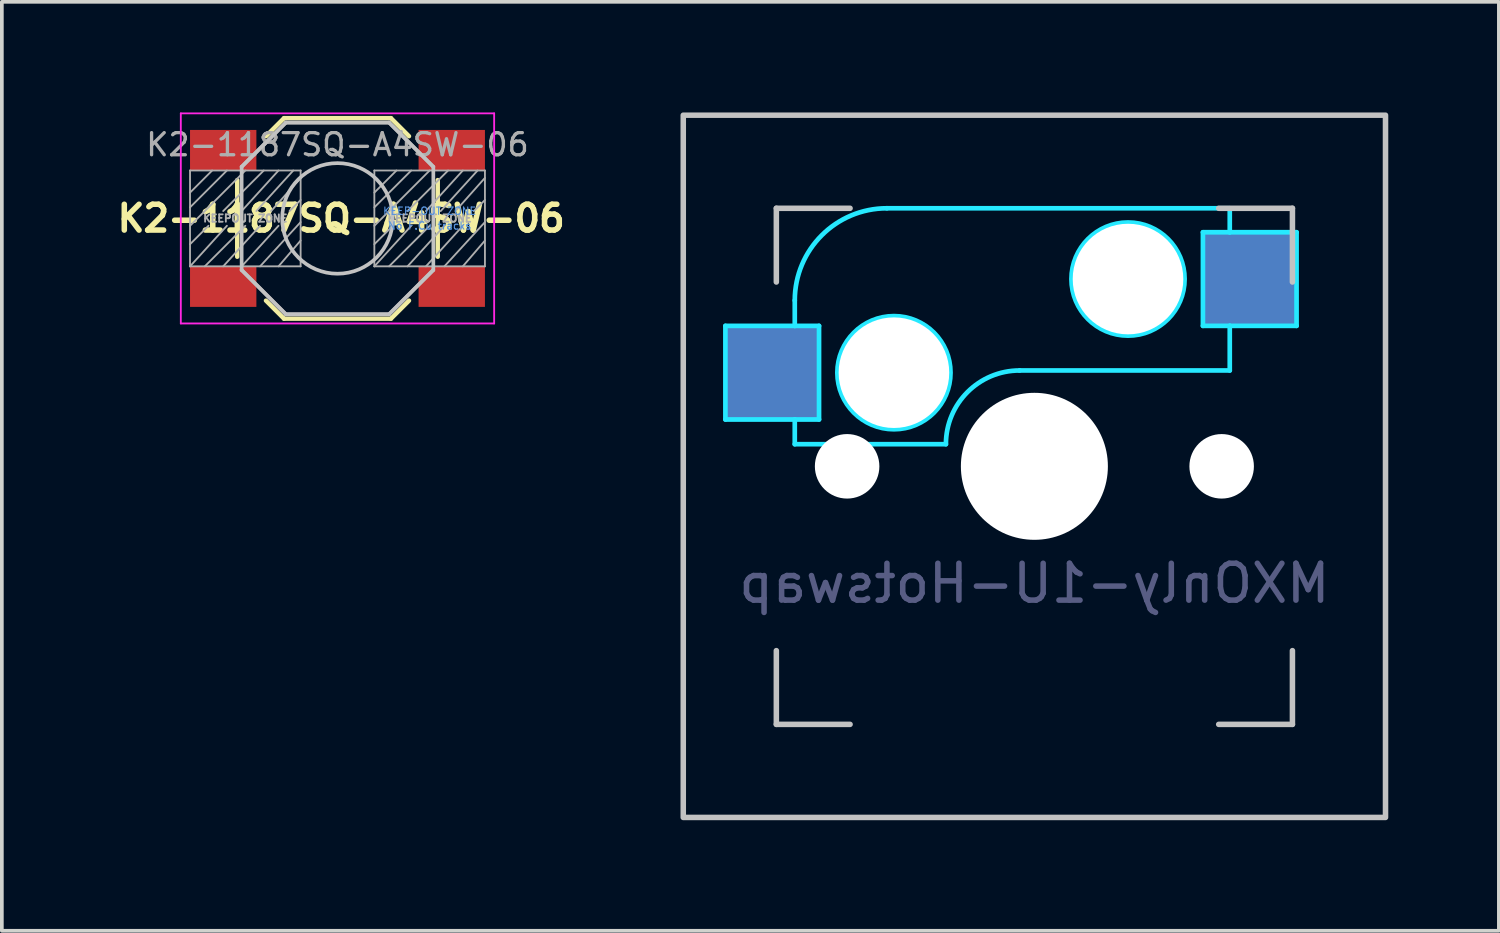
<source format=kicad_pcb>
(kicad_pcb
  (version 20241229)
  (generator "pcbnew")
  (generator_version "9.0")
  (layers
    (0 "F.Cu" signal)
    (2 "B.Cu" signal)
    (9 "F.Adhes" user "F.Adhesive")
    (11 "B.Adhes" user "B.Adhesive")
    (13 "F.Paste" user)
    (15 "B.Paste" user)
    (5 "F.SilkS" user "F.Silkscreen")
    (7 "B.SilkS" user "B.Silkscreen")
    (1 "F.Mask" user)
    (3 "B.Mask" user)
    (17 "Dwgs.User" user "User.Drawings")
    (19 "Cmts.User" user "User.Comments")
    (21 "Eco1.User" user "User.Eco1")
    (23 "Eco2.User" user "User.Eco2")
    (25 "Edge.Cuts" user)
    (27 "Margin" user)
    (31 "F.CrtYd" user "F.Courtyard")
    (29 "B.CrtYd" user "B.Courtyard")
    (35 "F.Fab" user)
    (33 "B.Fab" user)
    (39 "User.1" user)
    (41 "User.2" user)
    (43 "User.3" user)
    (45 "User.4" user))
  (footprint "K2-1187SQ-A4SW-06"
    (layer "F.Cu")
    (at 6.105 2.875)
    (property "Reference" "K2-1187SQ-A4SW-06" (at 0.1 0 180) (layer "F.SilkS") (effects (font (size 0.7 0.7) (thickness 0.15))))
    (attr smd)
    (fp_line (start -2.72 1.04) (end -2.72 -1.04) (stroke (width 0.12) (type solid)) (layer "F.SilkS"))
    (fp_line (start -1.45 -2.72) (end -1.94 -2.23) (stroke (width 0.12) (type solid)) (layer "F.SilkS"))
    (fp_line (start -1.45 -2.72) (end 1.45 -2.72) (stroke (width 0.12) (type solid)) (layer "F.SilkS"))
    (fp_line (start -1.45 2.72) (end -1.94 2.23) (stroke (width 0.12) (type solid)) (layer "F.SilkS"))
    (fp_line (start -1.45 2.72) (end 1.45 2.72) (stroke (width 0.12) (type solid)) (layer "F.SilkS"))
    (fp_line (start 1.45 -2.72) (end 1.94 -2.23) (stroke (width 0.12) (type solid)) (layer "F.SilkS"))
    (fp_line (start 1.45 2.72) (end 1.94 2.23) (stroke (width 0.12) (type solid)) (layer "F.SilkS"))
    (fp_line (start 2.72 1.04) (end 2.72 -1.04) (stroke (width 0.12) (type solid)) (layer "F.SilkS"))
    (fp_line (start -2.6 -1.4) (end -1.4 -2.6) (stroke (width 0.1) (type solid)) (layer "Dwgs.User"))
    (fp_line (start -2.6 1.4) (end -2.6 -1.4) (stroke (width 0.1) (type solid)) (layer "Dwgs.User"))
    (fp_line (start -1.4 -2.6) (end 1.4 -2.6) (stroke (width 0.1) (type solid)) (layer "Dwgs.User"))
    (fp_line (start -1.4 2.6) (end -2.6 1.4) (stroke (width 0.1) (type solid)) (layer "Dwgs.User"))
    (fp_line (start 1.4 -2.6) (end 2.6 -1.4) (stroke (width 0.1) (type solid)) (layer "Dwgs.User"))
    (fp_line (start 1.4 2.6) (end -1.4 2.6) (stroke (width 0.1) (type solid)) (layer "Dwgs.User"))
    (fp_line (start 2.6 -1.4) (end 2.6 1.4) (stroke (width 0.1) (type solid)) (layer "Dwgs.User"))
    (fp_line (start 2.6 1.4) (end 1.4 2.6) (stroke (width 0.1) (type solid)) (layer "Dwgs.User"))
    (fp_circle (center 0 0) (end 1.5 0) (stroke (width 0.1) (type solid)) (fill no) (layer "Dwgs.User"))
    (fp_line (start -4.25 -2.85) (end -4.25 2.85) (stroke (width 0.05) (type solid)) (layer "F.CrtYd"))
    (fp_line (start -4.25 2.85) (end 4.25 2.85) (stroke (width 0.05) (type solid)) (layer "F.CrtYd"))
    (fp_line (start 4.25 -2.85) (end -4.25 -2.85) (stroke (width 0.05) (type solid)) (layer "F.CrtYd"))
    (fp_line (start 4.25 2.85) (end 4.25 -2.85) (stroke (width 0.05) (type solid)) (layer "F.CrtYd"))
    (fp_line (start -4 -1.3) (end -1 -1.3) (stroke (width 0.05) (type solid)) (layer "F.Fab"))
    (fp_line (start -4 -0.7) (end -3.4 -1.3) (stroke (width 0.05) (type solid)) (layer "F.Fab"))
    (fp_line (start -4 -0.3) (end -3 -1.3) (stroke (width 0.05) (type solid)) (layer "F.Fab"))
    (fp_line (start -4 0.2) (end -2.5 -1.3) (stroke (width 0.05) (type solid)) (layer "F.Fab"))
    (fp_line (start -4 0.7) (end -3.5 0.2) (stroke (width 0.05) (type solid)) (layer "F.Fab"))
    (fp_line (start -4 1.3) (end -4 -1.3) (stroke (width 0.05) (type solid)) (layer "F.Fab"))
    (fp_line (start -4 1.3) (end -3 0.2) (stroke (width 0.05) (type solid)) (layer "F.Fab"))
    (fp_line (start -3.1 1.3) (end -2.1 0.2) (stroke (width 0.05) (type solid)) (layer "F.Fab"))
    (fp_line (start -2.6 -1.4) (end -1.4 -2.6) (stroke (width 0.1) (type solid)) (layer "F.Fab"))
    (fp_line (start -2.6 1.3) (end -1.6 0.2) (stroke (width 0.05) (type solid)) (layer "F.Fab"))
    (fp_line (start -2.5 0.2) (end -3.6 1.3) (stroke (width 0.05) (type solid)) (layer "F.Fab"))
    (fp_line (start -2.2 -0.2) (end -1.2 -1.3) (stroke (width 0.05) (type solid)) (layer "F.Fab"))
    (fp_line (start -2.1 1.3) (end -1 0.1) (stroke (width 0.05) (type solid)) (layer "F.Fab"))
    (fp_line (start -2 -1.3) (end -3.1 -0.2) (stroke (width 0.05) (type solid)) (layer "F.Fab"))
    (fp_line (start -1.6 -1.3) (end -2.6 -0.2) (stroke (width 0.05) (type solid)) (layer "F.Fab"))
    (fp_line (start -1.403 2.597) (end -2.603 1.397) (stroke (width 0.1) (type solid)) (layer "F.Fab"))
    (fp_line (start -1.4 -2.6) (end 1.4 -2.6) (stroke (width 0.1) (type solid)) (layer "F.Fab"))
    (fp_line (start -1 -1.3) (end -1 1.3) (stroke (width 0.05) (type solid)) (layer "F.Fab"))
    (fp_line (start -1 -1.1) (end -1.8 -0.2) (stroke (width 0.05) (type solid)) (layer "F.Fab"))
    (fp_line (start -1 -0.5) (end -1.3 -0.2) (stroke (width 0.05) (type solid)) (layer "F.Fab"))
    (fp_line (start -1 0.6) (end -1.6 1.3) (stroke (width 0.05) (type solid)) (layer "F.Fab"))
    (fp_line (start -1 1.3) (end -4 1.3) (stroke (width 0.05) (type solid)) (layer "F.Fab"))
    (fp_line (start 1 -1.3) (end 4 -1.3) (stroke (width 0.05) (type solid)) (layer "F.Fab"))
    (fp_line (start 1 -0.7) (end 1.6 -1.3) (stroke (width 0.05) (type solid)) (layer "F.Fab"))
    (fp_line (start 1 -0.3) (end 2 -1.3) (stroke (width 0.05) (type solid)) (layer "F.Fab"))
    (fp_line (start 1 0.2) (end 2.5 -1.3) (stroke (width 0.05) (type solid)) (layer "F.Fab"))
    (fp_line (start 1 0.7) (end 1.5 0.2) (stroke (width 0.05) (type solid)) (layer "F.Fab"))
    (fp_line (start 1 1.3) (end 1 -1.3) (stroke (width 0.05) (type solid)) (layer "F.Fab"))
    (fp_line (start 1 1.3) (end 2 0.2) (stroke (width 0.05) (type solid)) (layer "F.Fab"))
    (fp_line (start 1.4 -2.6) (end 2.6 -1.4) (stroke (width 0.1) (type solid)) (layer "F.Fab"))
    (fp_line (start 1.4 2.6) (end -1.4 2.6) (stroke (width 0.1) (type solid)) (layer "F.Fab"))
    (fp_line (start 1.9 1.3) (end 2.9 0.2) (stroke (width 0.05) (type solid)) (layer "F.Fab"))
    (fp_line (start 2.4 1.3) (end 3.4 0.2) (stroke (width 0.05) (type solid)) (layer "F.Fab"))
    (fp_line (start 2.5 0.2) (end 1.4 1.3) (stroke (width 0.05) (type solid)) (layer "F.Fab"))
    (fp_line (start 2.597 1.4) (end 1.397 2.6) (stroke (width 0.1) (type solid)) (layer "F.Fab"))
    (fp_line (start 2.8 -0.2) (end 3.8 -1.3) (stroke (width 0.05) (type solid)) (layer "F.Fab"))
    (fp_line (start 2.9 1.3) (end 4 0.1) (stroke (width 0.05) (type solid)) (layer "F.Fab"))
    (fp_line (start 3 -1.3) (end 1.9 -0.2) (stroke (width 0.05) (type solid)) (layer "F.Fab"))
    (fp_line (start 3.4 -1.3) (end 2.4 -0.2) (stroke (width 0.05) (type solid)) (layer "F.Fab"))
    (fp_line (start 4 -1.3) (end 4 1.3) (stroke (width 0.05) (type solid)) (layer "F.Fab"))
    (fp_line (start 4 -1.1) (end 3.2 -0.2) (stroke (width 0.05) (type solid)) (layer "F.Fab"))
    (fp_line (start 4 -0.5) (end 3.7 -0.2) (stroke (width 0.05) (type solid)) (layer "F.Fab"))
    (fp_line (start 4 0.6) (end 3.4 1.3) (stroke (width 0.05) (type solid)) (layer "F.Fab"))
    (fp_line (start 4 1.3) (end 1 1.3) (stroke (width 0.05) (type solid)) (layer "F.Fab"))
    (fp_text user "KEEP-OUT ZONE" (at 2.5 -0.2 0) (layer "Cmts.User") (effects (font (size 0.2 0.2) (thickness 0.03))))
    (fp_text user "No F.Cu tracks" (at 2.5 0.2 0) (layer "Cmts.User") (effects (font (size 0.2 0.2) (thickness 0.03))))
    (fp_text user "${REFERENCE}" (at 0 -2 180) (layer "F.Fab") (effects (font (size 0.6 0.6) (thickness 0.09))))
    (fp_text user "KEEPOUT ZONE" (at -2.5 0 180) (layer "F.Fab") (effects (font (size 0.2 0.2) (thickness 0.05))))
    (fp_text user "KEEPOUT ZONE" (at 2.5 0 180) (layer "F.Fab") (effects (font (size 0.2 0.2) (thickness 0.05))))
    (pad "1" smd rect (at -3.1 -1.85) (size 1.8 1.1) (layers "F.Cu" "F.Mask" "F.Paste"))
    (pad "1" smd rect (at 3.1 -1.85) (size 1.8 1.1) (layers "F.Cu" "F.Mask" "F.Paste"))
    (pad "2" smd rect (at -3.1 1.85) (size 1.8 1.1) (layers "F.Cu" "F.Mask" "F.Paste"))
    (pad "2" smd rect (at 3.1 1.85) (size 1.8 1.1) (layers "F.Cu" "F.Mask" "F.Paste")))
  (footprint "MXOnly-1U-Hotswap"
    (layer "F.Cu")
    (at 25.01 9.6)
    (property "Reference" "MXOnly-1U-Hotswap" (at 0 3.175 0) (layer "B.Fab") (effects (font (size 1 1) (thickness 0.15)) (justify mirror)))
    (attr smd)
    (fp_line (start -7 -7) (end -7 -5) (stroke (width 0.15) (type solid)) (layer "Dwgs.User"))
    (fp_line (start -7 5) (end -7 7) (stroke (width 0.15) (type solid)) (layer "Dwgs.User"))
    (fp_line (start -7 7) (end -5 7) (stroke (width 0.15) (type solid)) (layer "Dwgs.User"))
    (fp_line (start -5 -7) (end -7 -7) (stroke (width 0.15) (type solid)) (layer "Dwgs.User"))
    (fp_line (start 5 -7) (end 7 -7) (stroke (width 0.15) (type solid)) (layer "Dwgs.User"))
    (fp_line (start 5 7) (end 7 7) (stroke (width 0.15) (type solid)) (layer "Dwgs.User"))
    (fp_line (start 7 -7) (end 7 -5) (stroke (width 0.15) (type solid)) (layer "Dwgs.User"))
    (fp_line (start 7 7) (end 7 5) (stroke (width 0.15) (type solid)) (layer "Dwgs.User"))
    (fp_rect (start -9.525 -9.525) (end 9.525 9.525) (stroke (width 0.15) (type solid)) (fill no) (layer "Dwgs.User"))
    (fp_line (start -8.382 -3.81) (end -8.382 -1.27) (stroke (width 0.127) (type solid)) (layer "B.CrtYd"))
    (fp_line (start -8.382 -3.81) (end -6.5 -3.81) (stroke (width 0.127) (type solid)) (layer "B.CrtYd"))
    (fp_line (start -8.382 -1.27) (end -6.5 -1.27) (stroke (width 0.127) (type solid)) (layer "B.CrtYd"))
    (fp_line (start -6.5 -4.5) (end -6.5 -3.81) (stroke (width 0.127) (type solid)) (layer "B.CrtYd"))
    (fp_line (start -6.5 -3.81) (end -5.842 -3.81) (stroke (width 0.127) (type solid)) (layer "B.CrtYd"))
    (fp_line (start -6.5 -1.27) (end -5.842 -1.27) (stroke (width 0.127) (type solid)) (layer "B.CrtYd"))
    (fp_line (start -6.5 -0.6) (end -6.5 -1.27) (stroke (width 0.127) (type solid)) (layer "B.CrtYd"))
    (fp_line (start -6.5 -0.6) (end -2.4 -0.6) (stroke (width 0.127) (type solid)) (layer "B.CrtYd"))
    (fp_line (start -5.842 -1.27) (end -5.842 -3.81) (stroke (width 0.127) (type solid)) (layer "B.CrtYd"))
    (fp_line (start -0.4 -2.6) (end 5.3 -2.6) (stroke (width 0.127) (type solid)) (layer "B.CrtYd"))
    (fp_line (start 4.572 -6.35) (end 5.3 -6.35) (stroke (width 0.127) (type solid)) (layer "B.CrtYd"))
    (fp_line (start 4.572 -3.81) (end 4.572 -6.35) (stroke (width 0.127) (type solid)) (layer "B.CrtYd"))
    (fp_line (start 5.3 -7) (end -4 -7) (stroke (width 0.127) (type solid)) (layer "B.CrtYd"))
    (fp_line (start 5.3 -6.35) (end 5.3 -7) (stroke (width 0.127) (type solid)) (layer "B.CrtYd"))
    (fp_line (start 5.3 -6.35) (end 7.112 -6.35) (stroke (width 0.127) (type solid)) (layer "B.CrtYd"))
    (fp_line (start 5.3 -3.81) (end 4.572 -3.81) (stroke (width 0.127) (type solid)) (layer "B.CrtYd"))
    (fp_line (start 5.3 -2.6) (end 5.3 -3.81) (stroke (width 0.127) (type solid)) (layer "B.CrtYd"))
    (fp_line (start 7.112 -6.35) (end 7.112 -3.81) (stroke (width 0.127) (type solid)) (layer "B.CrtYd"))
    (fp_line (start 7.112 -3.81) (end 5.3 -3.81) (stroke (width 0.127) (type solid)) (layer "B.CrtYd"))
    (fp_arc (start -6.5 -4.5) (mid -5.767767 -6.267767) (end -4 -7) (stroke (width 0.127) (type solid)) (layer "B.CrtYd"))
    (fp_arc (start -2.4 -0.6) (mid -1.814214 -2.014214) (end -0.4 -2.6) (stroke (width 0.127) (type solid)) (layer "B.CrtYd"))
    (fp_circle (center -3.81 -2.54) (end -3.81 -4.064) (stroke (width 0.15) (type solid)) (fill no) (layer "B.CrtYd"))
    (fp_circle (center 2.54 -5.08) (end 2.54 -6.604) (stroke (width 0.15) (type solid)) (fill no) (layer "B.CrtYd"))
    (pad "" np_thru_hole circle (at -5.08 0 48.1) (size 1.75 1.75) (drill 1.75) (layers "*.Cu" "*.Mask"))
    (pad "" np_thru_hole circle (at -3.81 -2.54) (size 3 3) (drill 3) (layers "*.Cu" "*.Mask"))
    (pad "" np_thru_hole circle (at 0 0) (size 3.988 3.988) (drill 3.988) (layers "*.Cu" "*.Mask"))
    (pad "" np_thru_hole circle (at 2.54 -5.08) (size 3 3) (drill 3) (layers "*.Cu" "*.Mask"))
    (pad "" np_thru_hole circle (at 5.08 0 48.1) (size 1.75 1.75) (drill 1.75) (layers "*.Cu" "*.Mask"))
    (pad "1" smd rect (at -7.085 -2.54) (size 2.55 2.5) (layers "B.Cu" "B.Mask" "B.Paste"))
    (pad "2" smd rect (at 5.842 -5.08) (size 2.55 2.5) (layers "B.Cu" "B.Mask" "B.Paste")))
  (gr_rect
    (start -3 -3)
    (end 37.61 22.2)
    (stroke (width 0.1) (type default))
    (fill no)
    (layer "Edge.Cuts")))
</source>
